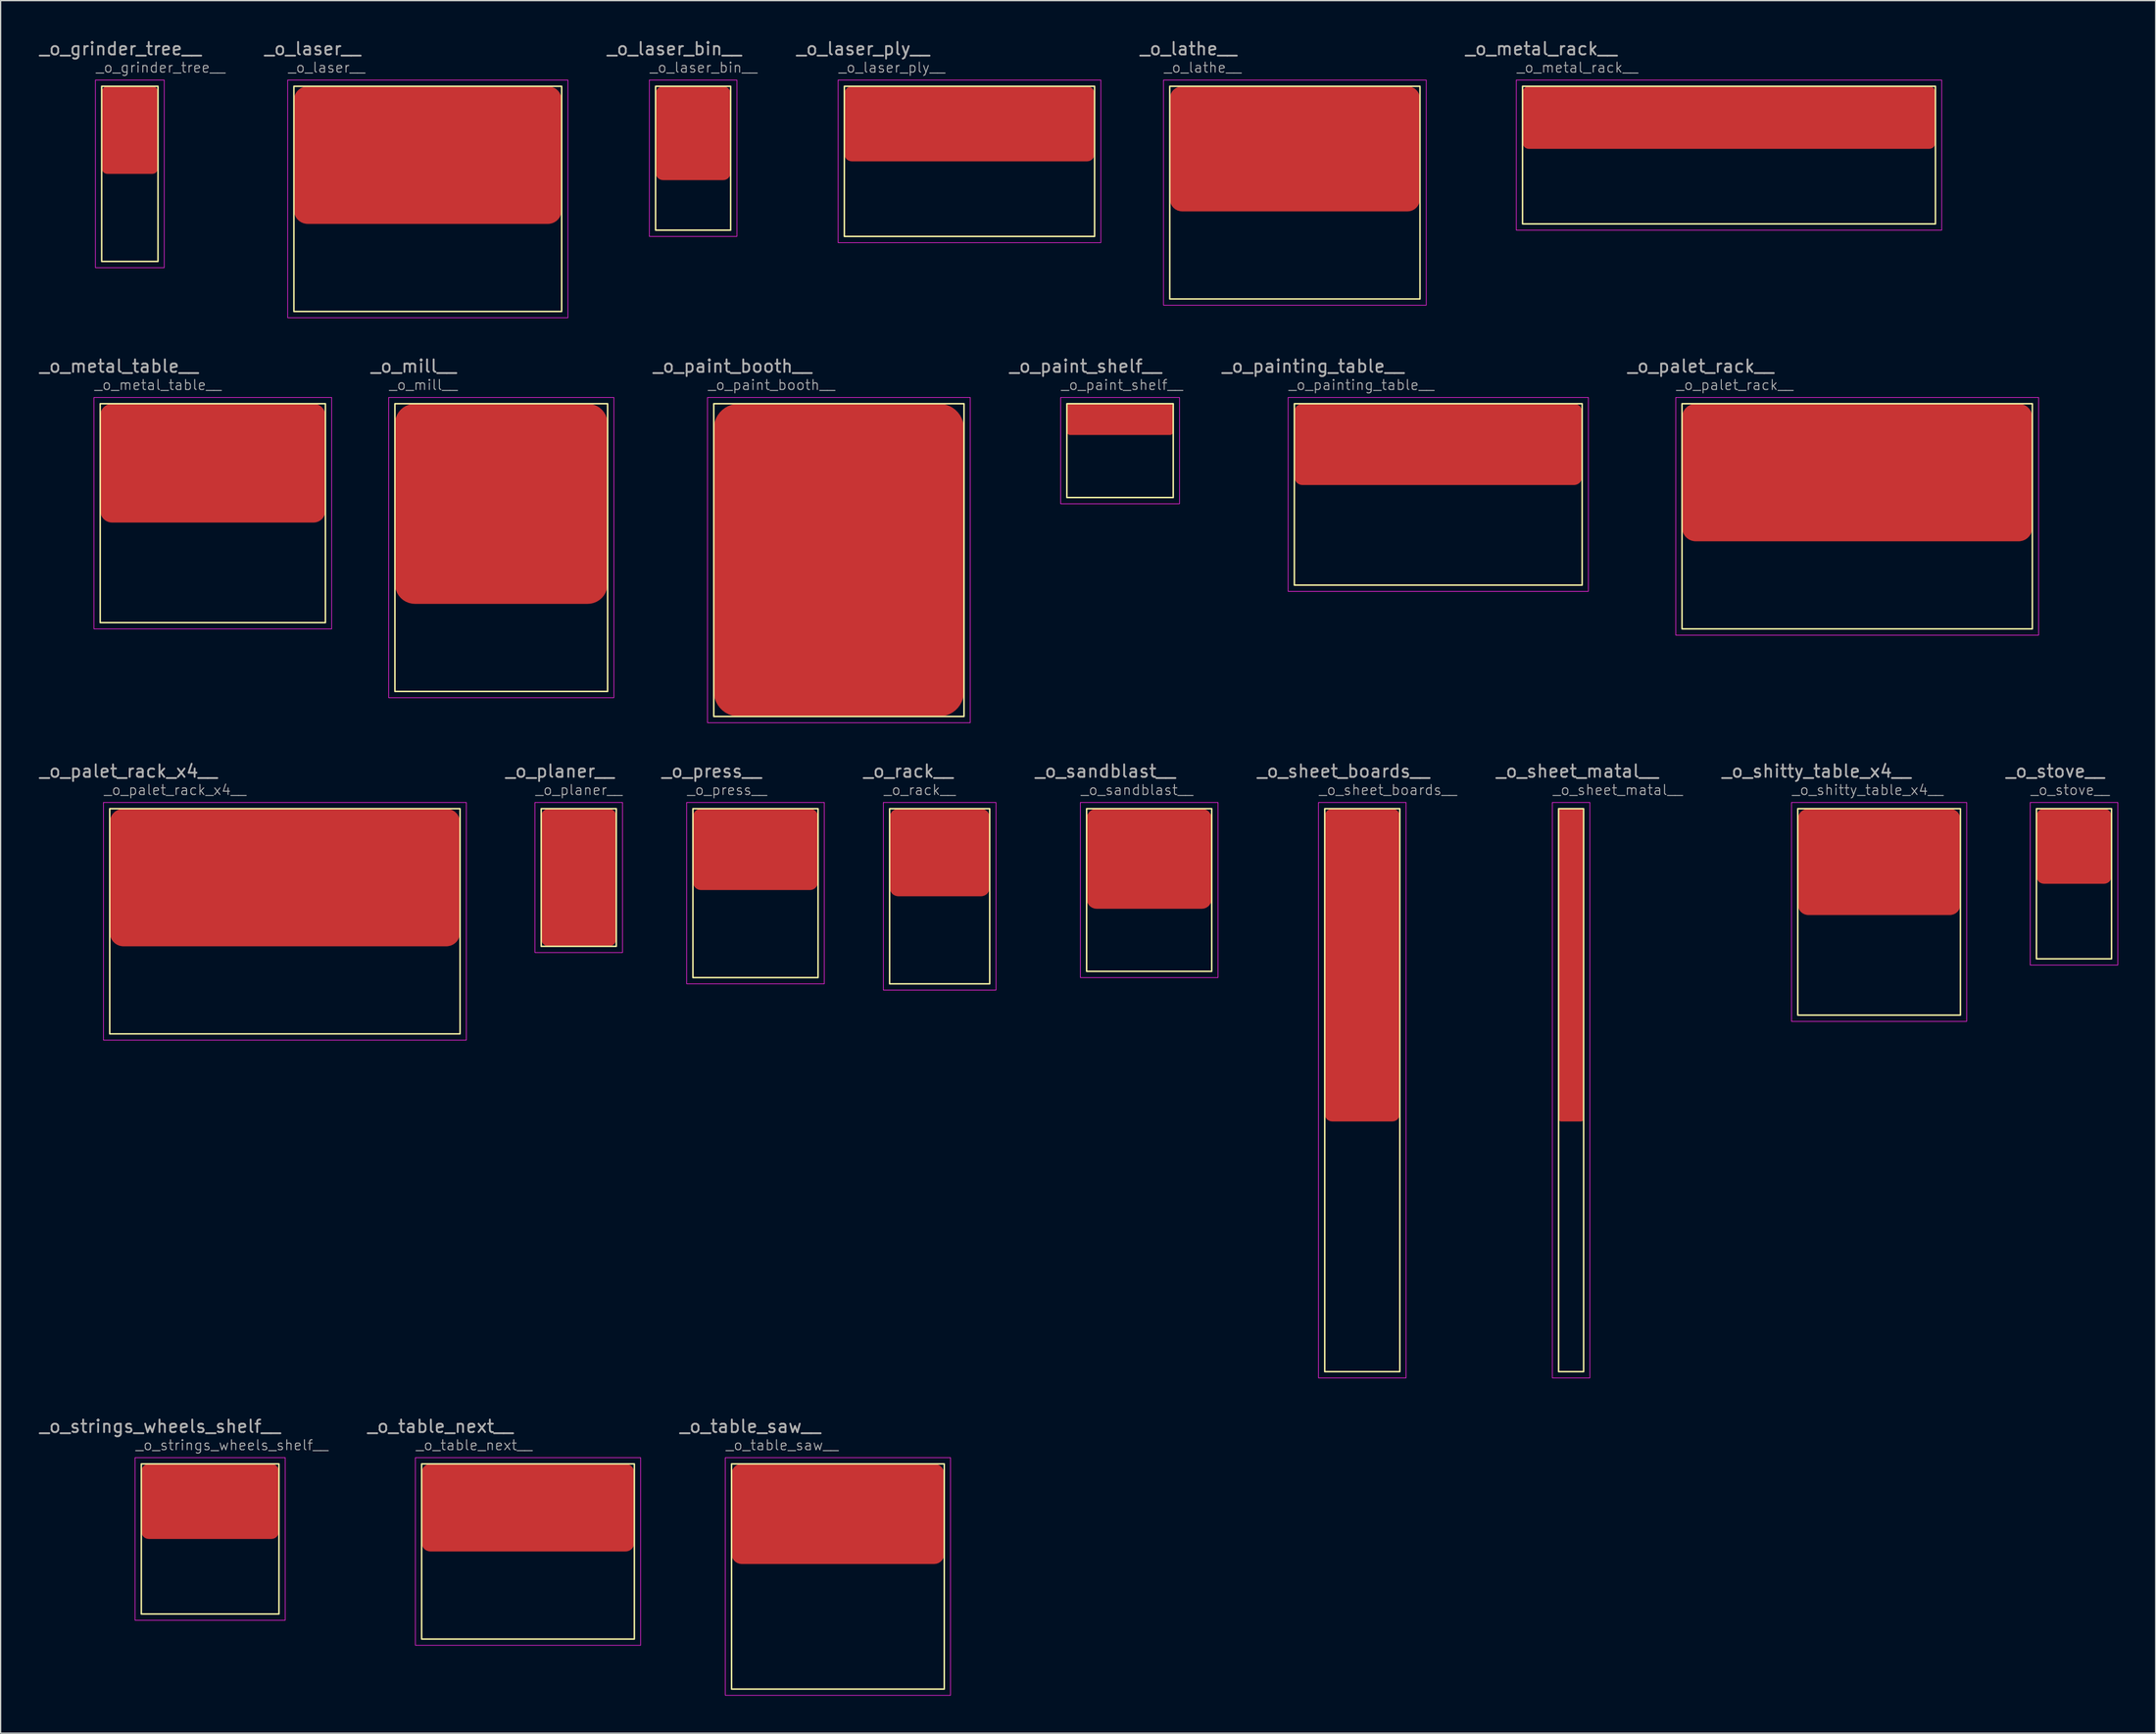
<source format=kicad_pcb>
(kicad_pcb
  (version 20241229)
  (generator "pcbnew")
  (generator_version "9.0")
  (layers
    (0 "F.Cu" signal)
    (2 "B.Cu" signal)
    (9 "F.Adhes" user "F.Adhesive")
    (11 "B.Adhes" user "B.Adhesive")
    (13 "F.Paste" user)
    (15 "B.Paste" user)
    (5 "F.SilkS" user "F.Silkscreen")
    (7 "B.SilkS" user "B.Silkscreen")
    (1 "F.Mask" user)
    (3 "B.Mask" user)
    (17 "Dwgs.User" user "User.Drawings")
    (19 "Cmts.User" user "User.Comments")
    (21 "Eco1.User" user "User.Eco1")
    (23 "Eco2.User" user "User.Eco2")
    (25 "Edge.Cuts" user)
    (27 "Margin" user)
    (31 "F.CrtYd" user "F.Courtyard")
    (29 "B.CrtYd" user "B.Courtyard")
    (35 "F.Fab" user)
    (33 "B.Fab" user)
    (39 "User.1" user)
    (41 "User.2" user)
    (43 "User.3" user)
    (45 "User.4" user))
  (footprint "_o_paint_shelf__"
    (layer "F.Cu")
    (at 82.218 29.221)
    (property "Reference" "_o_paint_shelf__" (at -0.5 -1.5 0) (unlocked yes) (layer "F.Fab") (effects (font (size 0.8 0.8) (thickness 0.08)) (justify left)))
    (attr smd)
    (fp_rect (start 0 0) (end 8.5 7.5) (stroke (width 0.12) (type solid)) (fill no) (layer "F.SilkS"))
    (fp_rect (start -0.5 -0.5) (end 9 8) (stroke (width 0.05) (type solid)) (fill no) (layer "F.CrtYd"))
    (fp_text user "${REFERENCE}" (at 1.5 -3 0) (unlocked yes) (layer "F.Fab") (effects (font (size 1 1) (thickness 0.15))))
    (pad "1" smd roundrect (at 4.25 1.25) (size 8.5 2.5) (layers "F.Cu" "F.Mask" "F.Paste") (roundrect_rratio 0.1)))
  (footprint "_o_laser_bin__"
    (layer "F.Cu")
    (at 49.347 3.848)
    (property "Reference" "_o_laser_bin__" (at -0.5 -1.5 0) (unlocked yes) (layer "F.Fab") (effects (font (size 0.8 0.8) (thickness 0.08)) (justify left)))
    (attr smd)
    (fp_rect (start 0 0) (end 6 11.5) (stroke (width 0.12) (type solid)) (fill no) (layer "F.SilkS"))
    (fp_rect (start -0.5 -0.5) (end 6.5 12) (stroke (width 0.05) (type solid)) (fill no) (layer "F.CrtYd"))
    (fp_text user "${REFERENCE}" (at 1.5 -3 0) (unlocked yes) (layer "F.Fab") (effects (font (size 1 1) (thickness 0.15))))
    (pad "1" smd roundrect (at 3 3.75) (size 6 7.5) (layers "F.Cu" "F.Mask" "F.Paste") (roundrect_rratio 0.1)))
  (footprint "_o_sandblast__"
    (layer "F.Cu")
    (at 83.796 61.595)
    (property "Reference" "_o_sandblast__" (at -0.5 -1.5 0) (unlocked yes) (layer "F.Fab") (effects (font (size 0.8 0.8) (thickness 0.08)) (justify left)))
    (attr smd)
    (fp_rect (start 0 0) (end 10 13) (stroke (width 0.12) (type solid)) (fill no) (layer "F.SilkS"))
    (fp_rect (start -0.5 -0.5) (end 10.5 13.5) (stroke (width 0.05) (type solid)) (fill no) (layer "F.CrtYd"))
    (fp_text user "${REFERENCE}" (at 1.5 -3 0) (unlocked yes) (layer "F.Fab") (effects (font (size 1 1) (thickness 0.15))))
    (pad "1" smd roundrect (at 5 4) (size 10 8) (layers "F.Cu" "F.Mask" "F.Paste") (roundrect_rratio 0.1)))
  (footprint "_o_table_next__"
    (layer "F.Cu")
    (at 30.649 113.968)
    (property "Reference" "_o_table_next__" (at -0.5 -1.5 0) (unlocked yes) (layer "F.Fab") (effects (font (size 0.8 0.8) (thickness 0.08)) (justify left)))
    (attr smd)
    (fp_rect (start 0 0) (end 17 14) (stroke (width 0.12) (type solid)) (fill no) (layer "F.SilkS"))
    (fp_rect (start -0.5 -0.5) (end 17.5 14.5) (stroke (width 0.05) (type solid)) (fill no) (layer "F.CrtYd"))
    (fp_text user "${REFERENCE}" (at 1.5 -3 0) (unlocked yes) (layer "F.Fab") (effects (font (size 1 1) (thickness 0.15))))
    (pad "1" smd roundrect (at 8.5 3.5) (size 17 7) (layers "F.Cu" "F.Mask" "F.Paste") (roundrect_rratio 0.1)))
  (footprint "_o_mill__"
    (layer "F.Cu")
    (at 28.513 29.221)
    (property "Reference" "_o_mill__" (at -0.5 -1.5 0) (unlocked yes) (layer "F.Fab") (effects (font (size 0.8 0.8) (thickness 0.08)) (justify left)))
    (attr smd)
    (fp_rect (start 0 0) (end 17 23) (stroke (width 0.12) (type solid)) (fill no) (layer "F.SilkS"))
    (fp_rect (start -0.5 -0.5) (end 17.5 23.5) (stroke (width 0.05) (type solid)) (fill no) (layer "F.CrtYd"))
    (fp_text user "${REFERENCE}" (at 1.5 -3 0) (unlocked yes) (layer "F.Fab") (effects (font (size 1 1) (thickness 0.15))))
    (pad "1" smd roundrect (at 8.5 8) (size 17 16) (layers "F.Cu" "F.Mask" "F.Paste") (roundrect_rratio 0.1)))
  (footprint "_o_painting_table__"
    (layer "F.Cu")
    (at 100.399 29.221)
    (property "Reference" "_o_painting_table__" (at -0.5 -1.5 0) (unlocked yes) (layer "F.Fab") (effects (font (size 0.8 0.8) (thickness 0.08)) (justify left)))
    (attr smd)
    (fp_rect (start 0 0) (end 23 14.5) (stroke (width 0.12) (type solid)) (fill no) (layer "F.SilkS"))
    (fp_rect (start -0.5 -0.5) (end 23.5 15) (stroke (width 0.05) (type solid)) (fill no) (layer "F.CrtYd"))
    (fp_text user "${REFERENCE}" (at 1.5 -3 0) (unlocked yes) (layer "F.Fab") (effects (font (size 1 1) (thickness 0.15))))
    (pad "1" smd roundrect (at 11.5 3.25) (size 23 6.5) (layers "F.Cu" "F.Mask" "F.Paste") (roundrect_rratio 0.1)))
  (footprint "_o_laser__"
    (layer "F.Cu")
    (at 20.44 3.848)
    (property "Reference" "_o_laser__" (at -0.5 -1.5 0) (unlocked yes) (layer "F.Fab") (effects (font (size 0.8 0.8) (thickness 0.08)) (justify left)))
    (attr smd)
    (fp_rect (start 0 0) (end 21.4 18) (stroke (width 0.12) (type solid)) (fill no) (layer "F.SilkS"))
    (fp_rect (start -0.5 -0.5) (end 21.9 18.5) (stroke (width 0.05) (type solid)) (fill no) (layer "F.CrtYd"))
    (fp_text user "${REFERENCE}" (at 1.5 -3 0) (unlocked yes) (layer "F.Fab") (effects (font (size 1 1) (thickness 0.15))))
    (pad "1" smd roundrect (at 10.7 5.5) (size 21.4 11) (layers "F.Cu" "F.Mask" "F.Paste") (roundrect_rratio 0.1)))
  (footprint "_o_metal_table__"
    (layer "F.Cu")
    (at 4.958 29.221)
    (property "Reference" "_o_metal_table__" (at -0.5 -1.5 0) (unlocked yes) (layer "F.Fab") (effects (font (size 0.8 0.8) (thickness 0.08)) (justify left)))
    (attr smd)
    (fp_rect (start 0 0) (end 18 17.5) (stroke (width 0.12) (type solid)) (fill no) (layer "F.SilkS"))
    (fp_rect (start -0.5 -0.5) (end 18.5 18) (stroke (width 0.05) (type solid)) (fill no) (layer "F.CrtYd"))
    (fp_text user "${REFERENCE}" (at 1.5 -3 0) (unlocked yes) (layer "F.Fab") (effects (font (size 1 1) (thickness 0.15))))
    (pad "1" smd roundrect (at 9 4.75) (size 18 9.5) (layers "F.Cu" "F.Mask" "F.Paste") (roundrect_rratio 0.1)))
  (footprint "_o_rack__"
    (layer "F.Cu")
    (at 68.051 61.595)
    (property "Reference" "_o_rack__" (at -0.5 -1.5 0) (unlocked yes) (layer "F.Fab") (effects (font (size 0.8 0.8) (thickness 0.08)) (justify left)))
    (attr smd)
    (fp_rect (start 0 0) (end 8 14) (stroke (width 0.12) (type solid)) (fill no) (layer "F.SilkS"))
    (fp_rect (start -0.5 -0.5) (end 8.5 14.5) (stroke (width 0.05) (type solid)) (fill no) (layer "F.CrtYd"))
    (fp_text user "${REFERENCE}" (at 1.5 -3 0) (unlocked yes) (layer "F.Fab") (effects (font (size 1 1) (thickness 0.15))))
    (pad "1" smd roundrect (at 4 3.5) (size 8 7) (layers "F.Cu" "F.Mask" "F.Paste") (roundrect_rratio 0.1)))
  (footprint "_o_palet_rack__"
    (layer "F.Cu")
    (at 131.382 29.221)
    (property "Reference" "_o_palet_rack__" (at -0.5 -1.5 0) (unlocked yes) (layer "F.Fab") (effects (font (size 0.8 0.8) (thickness 0.08)) (justify left)))
    (attr smd)
    (fp_rect (start 0 0) (end 28 18) (stroke (width 0.12) (type solid)) (fill no) (layer "F.SilkS"))
    (fp_rect (start -0.5 -0.5) (end 28.5 18.5) (stroke (width 0.05) (type solid)) (fill no) (layer "F.CrtYd"))
    (fp_text user "${REFERENCE}" (at 1.5 -3 0) (unlocked yes) (layer "F.Fab") (effects (font (size 1 1) (thickness 0.15))))
    (pad "1" smd roundrect (at 14 5.5) (size 28 11) (layers "F.Cu" "F.Mask" "F.Paste") (roundrect_rratio 0.1)))
  (footprint "_o_sheet_boards__"
    (layer "F.Cu")
    (at 102.827 61.595)
    (property "Reference" "_o_sheet_boards__" (at -0.5 -1.5 0) (unlocked yes) (layer "F.Fab") (effects (font (size 0.8 0.8) (thickness 0.08)) (justify left)))
    (attr smd)
    (fp_rect (start 0 0) (end 6 45) (stroke (width 0.12) (type solid)) (fill no) (layer "F.SilkS"))
    (fp_rect (start -0.5 -0.5) (end 6.5 45.5) (stroke (width 0.05) (type solid)) (fill no) (layer "F.CrtYd"))
    (fp_text user "${REFERENCE}" (at 1.5 -3 0) (unlocked yes) (layer "F.Fab") (effects (font (size 1 1) (thickness 0.15))))
    (pad "1" smd roundrect (at 3 12.5) (size 6 25) (layers "F.Cu" "F.Mask" "F.Paste") (roundrect_rratio 0.1)))
  (footprint "_o_paint_booth__"
    (layer "F.Cu")
    (at 53.996 29.221)
    (property "Reference" "_o_paint_booth__" (at -0.5 -1.5 0) (unlocked yes) (layer "F.Fab") (effects (font (size 0.8 0.8) (thickness 0.08)) (justify left)))
    (attr smd)
    (fp_rect (start 0 0) (end 20 25) (stroke (width 0.12) (type solid)) (fill no) (layer "F.SilkS"))
    (fp_rect (start -0.5 -0.5) (end 20.5 25.5) (stroke (width 0.05) (type solid)) (fill no) (layer "F.CrtYd"))
    (fp_text user "${REFERENCE}" (at 1.5 -3 0) (unlocked yes) (layer "F.Fab") (effects (font (size 1 1) (thickness 0.15))))
    (pad "1" smd roundrect (at 10 12.5) (size 20 25) (layers "F.Cu" "F.Mask" "F.Paste") (roundrect_rratio 0.1)))
  (footprint "_o_press__"
    (layer "F.Cu")
    (at 52.33 61.595)
    (property "Reference" "_o_press__" (at -0.5 -1.5 0) (unlocked yes) (layer "F.Fab") (effects (font (size 0.8 0.8) (thickness 0.08)) (justify left)))
    (attr smd)
    (fp_rect (start 0 0) (end 10 13.5) (stroke (width 0.12) (type solid)) (fill no) (layer "F.SilkS"))
    (fp_rect (start -0.5 -0.5) (end 10.5 14) (stroke (width 0.05) (type solid)) (fill no) (layer "F.CrtYd"))
    (fp_text user "${REFERENCE}" (at 1.5 -3 0) (unlocked yes) (layer "F.Fab") (effects (font (size 1 1) (thickness 0.15))))
    (pad "1" smd roundrect (at 5 3.25) (size 10 6.5) (layers "F.Cu" "F.Mask" "F.Paste") (roundrect_rratio 0.1)))
  (footprint "_o_sheet_matal__"
    (layer "F.Cu")
    (at 121.518 61.595)
    (property "Reference" "_o_sheet_matal__" (at -0.5 -1.5 0) (unlocked yes) (layer "F.Fab") (effects (font (size 0.8 0.8) (thickness 0.08)) (justify left)))
    (attr smd)
    (fp_rect (start 0 0) (end 2 45) (stroke (width 0.12) (type solid)) (fill no) (layer "F.SilkS"))
    (fp_rect (start -0.5 -0.5) (end 2.5 45.5) (stroke (width 0.05) (type solid)) (fill no) (layer "F.CrtYd"))
    (fp_text user "${REFERENCE}" (at 1.5 -3 0) (unlocked yes) (layer "F.Fab") (effects (font (size 1 1) (thickness 0.15))))
    (pad "1" smd roundrect (at 1 12.5) (size 2 25) (layers "F.Cu" "F.Mask" "F.Paste") (roundrect_rratio 0.1)))
  (footprint "_o_metal_rack__"
    (layer "F.Cu")
    (at 118.637 3.848)
    (property "Reference" "_o_metal_rack__" (at -0.5 -1.5 0) (unlocked yes) (layer "F.Fab") (effects (font (size 0.8 0.8) (thickness 0.08)) (justify left)))
    (attr smd)
    (fp_rect (start 0 0) (end 33 11) (stroke (width 0.12) (type solid)) (fill no) (layer "F.SilkS"))
    (fp_rect (start -0.5 -0.5) (end 33.5 11.5) (stroke (width 0.05) (type solid)) (fill no) (layer "F.CrtYd"))
    (fp_text user "${REFERENCE}" (at 1.5 -3 0) (unlocked yes) (layer "F.Fab") (effects (font (size 1 1) (thickness 0.15))))
    (pad "1" smd roundrect (at 16.5 2.5) (size 33 5) (layers "F.Cu" "F.Mask" "F.Paste") (roundrect_rratio 0.1)))
  (footprint "_o_planer__"
    (layer "F.Cu")
    (at 40.204 61.595)
    (property "Reference" "_o_planer__" (at -0.5 -1.5 0) (unlocked yes) (layer "F.Fab") (effects (font (size 0.8 0.8) (thickness 0.08)) (justify left)))
    (attr smd)
    (fp_rect (start 0 0) (end 6 11) (stroke (width 0.12) (type solid)) (fill no) (layer "F.SilkS"))
    (fp_rect (start -0.5 -0.5) (end 6.5 11.5) (stroke (width 0.05) (type solid)) (fill no) (layer "F.CrtYd"))
    (fp_text user "${REFERENCE}" (at 1.5 -3 0) (unlocked yes) (layer "F.Fab") (effects (font (size 1 1) (thickness 0.15))))
    (pad "1" smd roundrect (at 3 5.5) (size 6 11) (layers "F.Cu" "F.Mask" "F.Paste") (roundrect_rratio 0.1)))
  (footprint "_o_grinder_tree__"
    (layer "F.Cu")
    (at 5.077 3.848)
    (property "Reference" "_o_grinder_tree__" (at -0.5 -1.5 0) (unlocked yes) (layer "F.Fab") (effects (font (size 0.8 0.8) (thickness 0.08)) (justify left)))
    (attr smd)
    (fp_rect (start 0 0) (end 4.5 14) (stroke (width 0.12) (type solid)) (fill no) (layer "F.SilkS"))
    (fp_rect (start -0.5 -0.5) (end 5 14.5) (stroke (width 0.05) (type solid)) (fill no) (layer "F.CrtYd"))
    (fp_text user "${REFERENCE}" (at 1.5 -3 0) (unlocked yes) (layer "F.Fab") (effects (font (size 1 1) (thickness 0.15))))
    (pad "1" smd roundrect (at 2.25 3.5) (size 4.5 7) (layers "F.Cu" "F.Mask" "F.Paste") (roundrect_rratio 0.1)))
  (footprint "_o_table_saw__"
    (layer "F.Cu")
    (at 55.418 113.968)
    (property "Reference" "_o_table_saw__" (at -0.5 -1.5 0) (unlocked yes) (layer "F.Fab") (effects (font (size 0.8 0.8) (thickness 0.08)) (justify left)))
    (attr smd)
    (fp_rect (start 0 0) (end 17 18) (stroke (width 0.12) (type solid)) (fill no) (layer "F.SilkS"))
    (fp_rect (start -0.5 -0.5) (end 17.5 18.5) (stroke (width 0.05) (type solid)) (fill no) (layer "F.CrtYd"))
    (fp_text user "${REFERENCE}" (at 1.5 -3 0) (unlocked yes) (layer "F.Fab") (effects (font (size 1 1) (thickness 0.15))))
    (pad "1" smd roundrect (at 8.5 4) (size 17 8) (layers "F.Cu" "F.Mask" "F.Paste") (roundrect_rratio 0.1)))
  (footprint "_o_strings_wheels_shelf__"
    (layer "F.Cu")
    (at 8.244 113.968)
    (property "Reference" "_o_strings_wheels_shelf__" (at -0.5 -1.5 0) (unlocked yes) (layer "F.Fab") (effects (font (size 0.8 0.8) (thickness 0.08)) (justify left)))
    (attr smd)
    (fp_rect (start 0 0) (end 11 12) (stroke (width 0.12) (type solid)) (fill no) (layer "F.SilkS"))
    (fp_rect (start -0.5 -0.5) (end 11.5 12.5) (stroke (width 0.05) (type solid)) (fill no) (layer "F.CrtYd"))
    (fp_text user "${REFERENCE}" (at 1.5 -3 0) (unlocked yes) (layer "F.Fab") (effects (font (size 1 1) (thickness 0.15))))
    (pad "1" smd roundrect (at 5.5 3) (size 11 6) (layers "F.Cu" "F.Mask" "F.Paste") (roundrect_rratio 0.1)))
  (footprint "_o_laser_ply__"
    (layer "F.Cu")
    (at 64.433 3.848)
    (property "Reference" "_o_laser_ply__" (at -0.5 -1.5 0) (unlocked yes) (layer "F.Fab") (effects (font (size 0.8 0.8) (thickness 0.08)) (justify left)))
    (attr smd)
    (fp_rect (start 0 0) (end 20 12) (stroke (width 0.12) (type solid)) (fill no) (layer "F.SilkS"))
    (fp_rect (start -0.5 -0.5) (end 20.5 12.5) (stroke (width 0.05) (type solid)) (fill no) (layer "F.CrtYd"))
    (fp_text user "${REFERENCE}" (at 1.5 -3 0) (unlocked yes) (layer "F.Fab") (effects (font (size 1 1) (thickness 0.15))))
    (pad "1" smd roundrect (at 10 3) (size 20 6) (layers "F.Cu" "F.Mask" "F.Paste") (roundrect_rratio 0.1)))
  (footprint "_o_shitty_table_x4__"
    (layer "F.Cu")
    (at 140.633 61.595)
    (property "Reference" "_o_shitty_table_x4__" (at -0.5 -1.5 0) (unlocked yes) (layer "F.Fab") (effects (font (size 0.8 0.8) (thickness 0.08)) (justify left)))
    (attr smd)
    (fp_rect (start 0 0) (end 13 16.5) (stroke (width 0.12) (type solid)) (fill no) (layer "F.SilkS"))
    (fp_rect (start -0.5 -0.5) (end 13.5 17) (stroke (width 0.05) (type solid)) (fill no) (layer "F.CrtYd"))
    (fp_text user "${REFERENCE}" (at 1.5 -3 0) (unlocked yes) (layer "F.Fab") (effects (font (size 1 1) (thickness 0.15))))
    (pad "1" smd roundrect (at 6.5 4.25) (size 13 8.5) (layers "F.Cu" "F.Mask" "F.Paste") (roundrect_rratio 0.1)))
  (footprint "_o_lathe__"
    (layer "F.Cu")
    (at 90.44 3.848)
    (property "Reference" "_o_lathe__" (at -0.5 -1.5 0) (unlocked yes) (layer "F.Fab") (effects (font (size 0.8 0.8) (thickness 0.08)) (justify left)))
    (attr smd)
    (fp_rect (start 0 0) (end 20 17) (stroke (width 0.12) (type solid)) (fill no) (layer "F.SilkS"))
    (fp_rect (start -0.5 -0.5) (end 20.5 17.5) (stroke (width 0.05) (type solid)) (fill no) (layer "F.CrtYd"))
    (fp_text user "${REFERENCE}" (at 1.5 -3 0) (unlocked yes) (layer "F.Fab") (effects (font (size 1 1) (thickness 0.15))))
    (pad "1" smd roundrect (at 10 5) (size 20 10) (layers "F.Cu" "F.Mask" "F.Paste") (roundrect_rratio 0.1)))
  (footprint "_o_stove__"
    (layer "F.Cu")
    (at 159.711 61.595)
    (property "Reference" "_o_stove__" (at -0.5 -1.5 0) (unlocked yes) (layer "F.Fab") (effects (font (size 0.8 0.8) (thickness 0.08)) (justify left)))
    (attr smd)
    (fp_rect (start 0 0) (end 6 12) (stroke (width 0.12) (type solid)) (fill no) (layer "F.SilkS"))
    (fp_rect (start -0.5 -0.5) (end 6.5 12.5) (stroke (width 0.05) (type solid)) (fill no) (layer "F.CrtYd"))
    (fp_text user "${REFERENCE}" (at 1.5 -3 0) (unlocked yes) (layer "F.Fab") (effects (font (size 1 1) (thickness 0.15))))
    (pad "1" smd roundrect (at 3 3) (size 6 6) (layers "F.Cu" "F.Mask" "F.Paste") (roundrect_rratio 0.1)))
  (footprint "_o_palet_rack_x4__"
    (layer "F.Cu")
    (at 5.72 61.595)
    (property "Reference" "_o_palet_rack_x4__" (at -0.5 -1.5 0) (unlocked yes) (layer "F.Fab") (effects (font (size 0.8 0.8) (thickness 0.08)) (justify left)))
    (attr smd)
    (fp_rect (start 0 0) (end 28 18) (stroke (width 0.12) (type solid)) (fill no) (layer "F.SilkS"))
    (fp_rect (start -0.5 -0.5) (end 28.5 18.5) (stroke (width 0.05) (type solid)) (fill no) (layer "F.CrtYd"))
    (fp_text user "${REFERENCE}" (at 1.5 -3 0) (unlocked yes) (layer "F.Fab") (effects (font (size 1 1) (thickness 0.15))))
    (pad "1" smd roundrect (at 14 5.5) (size 28 11) (layers "F.Cu" "F.Mask" "F.Paste") (roundrect_rratio 0.1)))
  (gr_rect
    (start -3 -3)
    (end 169.236 135.493)
    (stroke (width 0.1) (type default))
    (fill no)
    (layer "Edge.Cuts")))
</source>
